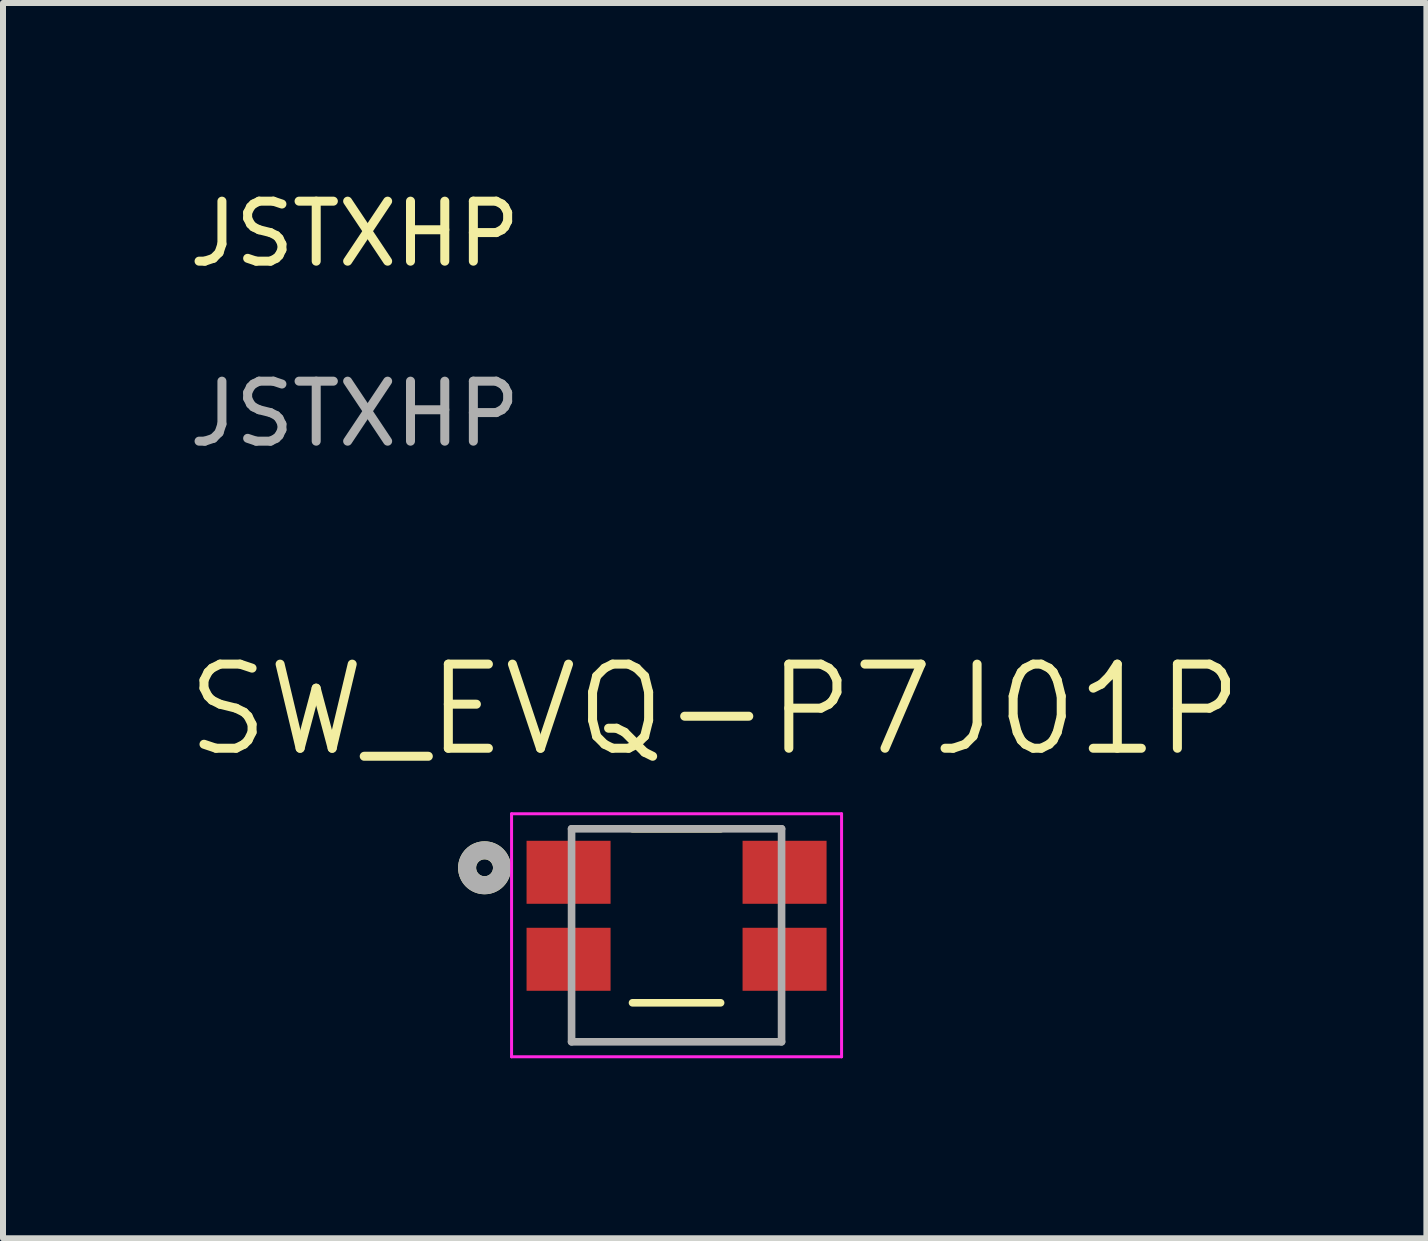
<source format=kicad_pcb>
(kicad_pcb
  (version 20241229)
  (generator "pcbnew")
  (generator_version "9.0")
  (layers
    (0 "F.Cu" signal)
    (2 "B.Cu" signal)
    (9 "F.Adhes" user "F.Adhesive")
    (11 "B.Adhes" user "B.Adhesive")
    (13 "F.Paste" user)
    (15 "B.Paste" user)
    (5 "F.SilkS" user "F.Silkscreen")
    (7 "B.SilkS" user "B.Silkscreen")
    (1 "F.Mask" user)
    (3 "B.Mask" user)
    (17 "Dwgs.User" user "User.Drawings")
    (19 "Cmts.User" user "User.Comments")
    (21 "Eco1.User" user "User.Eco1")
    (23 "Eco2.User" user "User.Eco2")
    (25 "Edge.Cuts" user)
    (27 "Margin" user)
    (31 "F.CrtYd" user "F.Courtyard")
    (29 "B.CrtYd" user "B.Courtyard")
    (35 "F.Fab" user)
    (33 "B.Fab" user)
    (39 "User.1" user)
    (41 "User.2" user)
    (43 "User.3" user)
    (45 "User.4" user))
  (footprint "JSTXHP"
    (layer "F.Cu")
    (at 2.863 1.348)
    (property "Reference" "JSTXHP" (at 0 -0.5 0) (unlocked yes) (layer "F.SilkS") (effects (font (size 1 1) (thickness 0.15))))
    (attr smd)
    (fp_text user "${REFERENCE}" (at 0 2.5 0) (unlocked yes) (layer "F.Fab") (effects (font (size 1 1) (thickness 0.15)))))
  (footprint "SW_EVQ-P7J01P"
    (layer "F.Cu")
    (at 8.226 12.213)
    (property "Reference" "SW_EVQ-P7J01P" (at 0.636 -3.433 0) (layer "F.SilkS") (effects (font (size 1.402 1.402) (thickness 0.15))))
    (attr through_hole)
    (fp_line (start -0.734 -1.45) (end 0.734 -1.45) (stroke (width 0.127) (type solid)) (layer "F.SilkS"))
    (fp_line (start 0.734 1.45) (end -0.734 1.45) (stroke (width 0.127) (type solid)) (layer "F.SilkS"))
    (fp_circle (center -3.2 -0.8) (end -3.059 -0.8) (stroke (width 0.3) (type solid)) (fill no) (layer "F.SilkS"))
    (fp_line (start -2.75 -1.7) (end 2.75 -1.7) (stroke (width 0.05) (type solid)) (layer "F.CrtYd"))
    (fp_line (start -2.75 2.35) (end -2.75 -1.7) (stroke (width 0.05) (type solid)) (layer "F.CrtYd"))
    (fp_line (start 2.75 -1.7) (end 2.75 2.35) (stroke (width 0.05) (type solid)) (layer "F.CrtYd"))
    (fp_line (start 2.75 2.35) (end -2.75 2.35) (stroke (width 0.05) (type solid)) (layer "F.CrtYd"))
    (fp_line (start -1.75 -1.45) (end 1.75 -1.45) (stroke (width 0.127) (type solid)) (layer "F.Fab"))
    (fp_line (start -1.75 2.1) (end -1.75 -1.45) (stroke (width 0.127) (type solid)) (layer "F.Fab"))
    (fp_line (start 1.75 -1.45) (end 1.75 2.1) (stroke (width 0.127) (type solid)) (layer "F.Fab"))
    (fp_line (start 1.75 2.1) (end -1.75 2.1) (stroke (width 0.127) (type solid)) (layer "F.Fab"))
    (fp_circle (center -3.2 -0.8) (end -3.059 -0.8) (stroke (width 0.3) (type solid)) (fill no) (layer "F.Fab"))
    (pad "1_1" smd rect (at -1.8 -0.725) (size 1.4 1.05) (layers "F.Cu" "F.Mask" "F.Paste"))
    (pad "1_2" smd rect (at 1.8 -0.725) (size 1.4 1.05) (layers "F.Cu" "F.Mask" "F.Paste"))
    (pad "2_1" smd rect (at -1.8 0.725) (size 1.4 1.05) (layers "F.Cu" "F.Mask" "F.Paste"))
    (pad "2_2" smd rect (at 1.8 0.725) (size 1.4 1.05) (layers "F.Cu" "F.Mask" "F.Paste")))
  (gr_rect
    (start -3 -3)
    (end 20.723 17.588)
    (stroke (width 0.1) (type default))
    (fill no)
    (layer "Edge.Cuts")))
</source>
